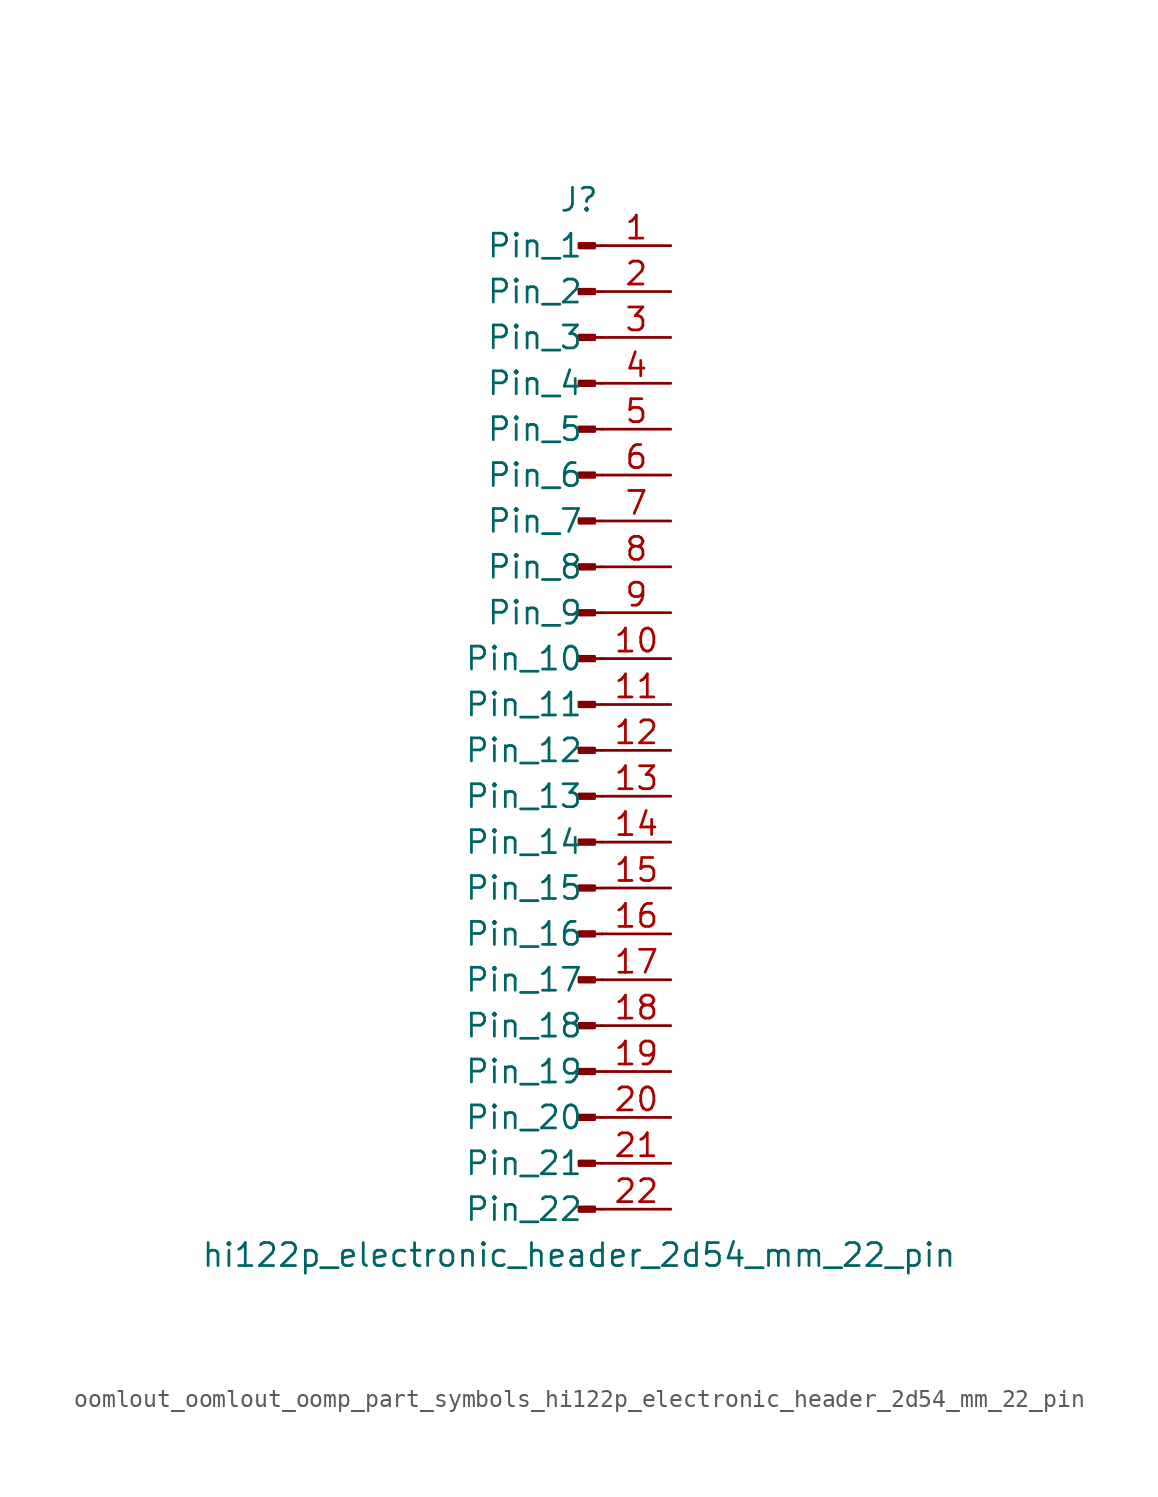
<source format=kicad_sym>
(kicad_symbol_lib
  (version 20220914)
  (generator kicad_symbol_editor)
  (symbol "oomlout_oomlout_oomp_part_symbols_hi122p_electronic_header_2d54_mm_22_pin"
    (pin_names
      (offset 1.016))
    (property "Reference" "J"
      (at 0 27.94 0)
      (effects (font (size 1.27 1.27))))
    (property "Value" "hi122p_electronic_header_2d54_mm_22_pin"
      (at 0 -30.48 0)
      (effects (font (size 1.27 1.27))))
    (property "ki_locked" ""
      (at 0 0 0)
      (effects (font (size 1.27 1.27))))
    (symbol "oomlout_oomlout_oomp_part_symbols_hi122p_electronic_header_2d54_mm_22_pin_1_1"
      (polyline (pts (xy 1.27 -27.94) (xy 0.864 -27.94)) (stroke (width 0.152) (type default)) (fill (type none)))
      (polyline (pts (xy 1.27 -25.4) (xy 0.864 -25.4)) (stroke (width 0.152) (type default)) (fill (type none)))
      (polyline (pts (xy 1.27 -22.86) (xy 0.864 -22.86)) (stroke (width 0.152) (type default)) (fill (type none)))
      (polyline (pts (xy 1.27 -20.32) (xy 0.864 -20.32)) (stroke (width 0.152) (type default)) (fill (type none)))
      (polyline (pts (xy 1.27 -17.78) (xy 0.864 -17.78)) (stroke (width 0.152) (type default)) (fill (type none)))
      (polyline (pts (xy 1.27 -15.24) (xy 0.864 -15.24)) (stroke (width 0.152) (type default)) (fill (type none)))
      (polyline (pts (xy 1.27 -12.7) (xy 0.864 -12.7)) (stroke (width 0.152) (type default)) (fill (type none)))
      (polyline (pts (xy 1.27 -10.16) (xy 0.864 -10.16)) (stroke (width 0.152) (type default)) (fill (type none)))
      (polyline (pts (xy 1.27 -7.62) (xy 0.864 -7.62)) (stroke (width 0.152) (type default)) (fill (type none)))
      (polyline (pts (xy 1.27 -5.08) (xy 0.864 -5.08)) (stroke (width 0.152) (type default)) (fill (type none)))
      (polyline (pts (xy 1.27 -2.54) (xy 0.864 -2.54)) (stroke (width 0.152) (type default)) (fill (type none)))
      (polyline (pts (xy 1.27 0) (xy 0.864 0)) (stroke (width 0.152) (type default)) (fill (type none)))
      (polyline (pts (xy 1.27 2.54) (xy 0.864 2.54)) (stroke (width 0.152) (type default)) (fill (type none)))
      (polyline (pts (xy 1.27 5.08) (xy 0.864 5.08)) (stroke (width 0.152) (type default)) (fill (type none)))
      (polyline (pts (xy 1.27 7.62) (xy 0.864 7.62)) (stroke (width 0.152) (type default)) (fill (type none)))
      (polyline (pts (xy 1.27 10.16) (xy 0.864 10.16)) (stroke (width 0.152) (type default)) (fill (type none)))
      (polyline (pts (xy 1.27 12.7) (xy 0.864 12.7)) (stroke (width 0.152) (type default)) (fill (type none)))
      (polyline (pts (xy 1.27 15.24) (xy 0.864 15.24)) (stroke (width 0.152) (type default)) (fill (type none)))
      (polyline (pts (xy 1.27 17.78) (xy 0.864 17.78)) (stroke (width 0.152) (type default)) (fill (type none)))
      (polyline (pts (xy 1.27 20.32) (xy 0.864 20.32)) (stroke (width 0.152) (type default)) (fill (type none)))
      (polyline (pts (xy 1.27 22.86) (xy 0.864 22.86)) (stroke (width 0.152) (type default)) (fill (type none)))
      (polyline (pts (xy 1.27 25.4) (xy 0.864 25.4)) (stroke (width 0.152) (type default)) (fill (type none)))
      (rectangle (start 0.864 -27.813) (end 0 -28.067) (stroke (width 0.152) (type default)) (fill (type outline)))
      (rectangle (start 0.864 -25.273) (end 0 -25.527) (stroke (width 0.152) (type default)) (fill (type outline)))
      (rectangle (start 0.864 -22.733) (end 0 -22.987) (stroke (width 0.152) (type default)) (fill (type outline)))
      (rectangle (start 0.864 -20.193) (end 0 -20.447) (stroke (width 0.152) (type default)) (fill (type outline)))
      (rectangle (start 0.864 -17.653) (end 0 -17.907) (stroke (width 0.152) (type default)) (fill (type outline)))
      (rectangle (start 0.864 -15.113) (end 0 -15.367) (stroke (width 0.152) (type default)) (fill (type outline)))
      (rectangle (start 0.864 -12.573) (end 0 -12.827) (stroke (width 0.152) (type default)) (fill (type outline)))
      (rectangle (start 0.864 -10.033) (end 0 -10.287) (stroke (width 0.152) (type default)) (fill (type outline)))
      (rectangle (start 0.864 -7.493) (end 0 -7.747) (stroke (width 0.152) (type default)) (fill (type outline)))
      (rectangle (start 0.864 -4.953) (end 0 -5.207) (stroke (width 0.152) (type default)) (fill (type outline)))
      (rectangle (start 0.864 -2.413) (end 0 -2.667) (stroke (width 0.152) (type default)) (fill (type outline)))
      (rectangle (start 0.864 0.127) (end 0 -0.127) (stroke (width 0.152) (type default)) (fill (type outline)))
      (rectangle (start 0.864 2.667) (end 0 2.413) (stroke (width 0.152) (type default)) (fill (type outline)))
      (rectangle (start 0.864 5.207) (end 0 4.953) (stroke (width 0.152) (type default)) (fill (type outline)))
      (rectangle (start 0.864 7.747) (end 0 7.493) (stroke (width 0.152) (type default)) (fill (type outline)))
      (rectangle (start 0.864 10.287) (end 0 10.033) (stroke (width 0.152) (type default)) (fill (type outline)))
      (rectangle (start 0.864 12.827) (end 0 12.573) (stroke (width 0.152) (type default)) (fill (type outline)))
      (rectangle (start 0.864 15.367) (end 0 15.113) (stroke (width 0.152) (type default)) (fill (type outline)))
      (rectangle (start 0.864 17.907) (end 0 17.653) (stroke (width 0.152) (type default)) (fill (type outline)))
      (rectangle (start 0.864 20.447) (end 0 20.193) (stroke (width 0.152) (type default)) (fill (type outline)))
      (rectangle (start 0.864 22.987) (end 0 22.733) (stroke (width 0.152) (type default)) (fill (type outline)))
      (rectangle (start 0.864 25.527) (end 0 25.273) (stroke (width 0.152) (type default)) (fill (type outline)))
      (pin passive line (at 5.08 25.4 180) (length 3.81) (name "Pin_1" (effects (font (size 1.27 1.27)))) (number "1" (effects (font (size 1.27 1.27)))))
      (pin passive line (at 5.08 2.54 180) (length 3.81) (name "Pin_10" (effects (font (size 1.27 1.27)))) (number "10" (effects (font (size 1.27 1.27)))))
      (pin passive line (at 5.08 0 180) (length 3.81) (name "Pin_11" (effects (font (size 1.27 1.27)))) (number "11" (effects (font (size 1.27 1.27)))))
      (pin passive line (at 5.08 -2.54 180) (length 3.81) (name "Pin_12" (effects (font (size 1.27 1.27)))) (number "12" (effects (font (size 1.27 1.27)))))
      (pin passive line (at 5.08 -5.08 180) (length 3.81) (name "Pin_13" (effects (font (size 1.27 1.27)))) (number "13" (effects (font (size 1.27 1.27)))))
      (pin passive line (at 5.08 -7.62 180) (length 3.81) (name "Pin_14" (effects (font (size 1.27 1.27)))) (number "14" (effects (font (size 1.27 1.27)))))
      (pin passive line (at 5.08 -10.16 180) (length 3.81) (name "Pin_15" (effects (font (size 1.27 1.27)))) (number "15" (effects (font (size 1.27 1.27)))))
      (pin passive line (at 5.08 -12.7 180) (length 3.81) (name "Pin_16" (effects (font (size 1.27 1.27)))) (number "16" (effects (font (size 1.27 1.27)))))
      (pin passive line (at 5.08 -15.24 180) (length 3.81) (name "Pin_17" (effects (font (size 1.27 1.27)))) (number "17" (effects (font (size 1.27 1.27)))))
      (pin passive line (at 5.08 -17.78 180) (length 3.81) (name "Pin_18" (effects (font (size 1.27 1.27)))) (number "18" (effects (font (size 1.27 1.27)))))
      (pin passive line (at 5.08 -20.32 180) (length 3.81) (name "Pin_19" (effects (font (size 1.27 1.27)))) (number "19" (effects (font (size 1.27 1.27)))))
      (pin passive line (at 5.08 22.86 180) (length 3.81) (name "Pin_2" (effects (font (size 1.27 1.27)))) (number "2" (effects (font (size 1.27 1.27)))))
      (pin passive line (at 5.08 -22.86 180) (length 3.81) (name "Pin_20" (effects (font (size 1.27 1.27)))) (number "20" (effects (font (size 1.27 1.27)))))
      (pin passive line (at 5.08 -25.4 180) (length 3.81) (name "Pin_21" (effects (font (size 1.27 1.27)))) (number "21" (effects (font (size 1.27 1.27)))))
      (pin passive line (at 5.08 -27.94 180) (length 3.81) (name "Pin_22" (effects (font (size 1.27 1.27)))) (number "22" (effects (font (size 1.27 1.27)))))
      (pin passive line (at 5.08 20.32 180) (length 3.81) (name "Pin_3" (effects (font (size 1.27 1.27)))) (number "3" (effects (font (size 1.27 1.27)))))
      (pin passive line (at 5.08 17.78 180) (length 3.81) (name "Pin_4" (effects (font (size 1.27 1.27)))) (number "4" (effects (font (size 1.27 1.27)))))
      (pin passive line (at 5.08 15.24 180) (length 3.81) (name "Pin_5" (effects (font (size 1.27 1.27)))) (number "5" (effects (font (size 1.27 1.27)))))
      (pin passive line (at 5.08 12.7 180) (length 3.81) (name "Pin_6" (effects (font (size 1.27 1.27)))) (number "6" (effects (font (size 1.27 1.27)))))
      (pin passive line (at 5.08 10.16 180) (length 3.81) (name "Pin_7" (effects (font (size 1.27 1.27)))) (number "7" (effects (font (size 1.27 1.27)))))
      (pin passive line (at 5.08 7.62 180) (length 3.81) (name "Pin_8" (effects (font (size 1.27 1.27)))) (number "8" (effects (font (size 1.27 1.27)))))
      (pin passive line (at 5.08 5.08 180) (length 3.81) (name "Pin_9" (effects (font (size 1.27 1.27)))) (number "9" (effects (font (size 1.27 1.27))))))))
</source>
